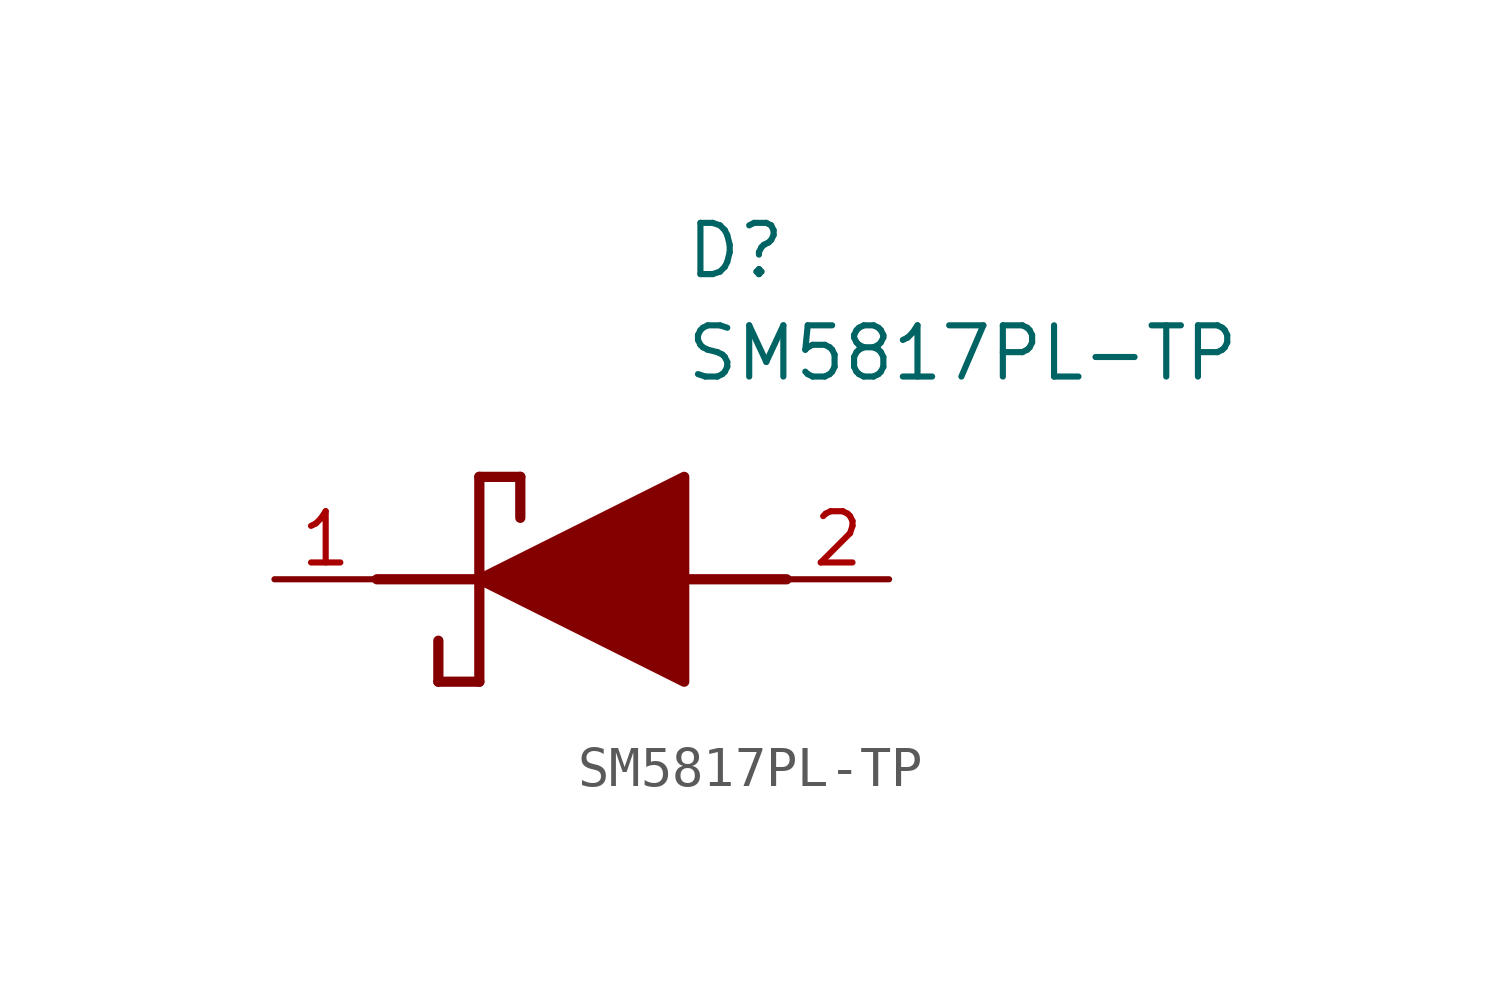
<source format=kicad_sym>
(kicad_symbol_lib
  (version 20231120)
  (generator "kicad_symbol_editor")
  (generator_version "8.0")
  (symbol "SM5817PL-TP"
    (pin_names hide)
    (property "Reference" "D"
      (at 12.7 8.89 0)
      (effects (font (size 1.27 1.27)) (justify left top)))
    (property "Value" "SM5817PL-TP"
      (at 12.7 6.35 0)
      (effects (font (size 1.27 1.27)) (justify left top)))
    (symbol "SM5817PL-TP_1_1"
      (polyline (pts (xy 5.08 0) (xy 7.62 0)) (stroke (width 0.254) (type default)) (fill (type none)))
      (polyline (pts (xy 6.604 -1.524) (xy 6.604 -2.54)) (stroke (width 0.254) (type default)) (fill (type none)))
      (polyline (pts (xy 7.62 -2.54) (xy 6.604 -2.54)) (stroke (width 0.254) (type default)) (fill (type none)))
      (polyline (pts (xy 7.62 2.54) (xy 7.62 -2.54)) (stroke (width 0.254) (type default)) (fill (type none)))
      (polyline (pts (xy 7.62 2.54) (xy 8.636 2.54)) (stroke (width 0.254) (type default)) (fill (type none)))
      (polyline (pts (xy 8.636 1.524) (xy 8.636 2.54)) (stroke (width 0.254) (type default)) (fill (type none)))
      (polyline (pts (xy 12.7 0) (xy 15.24 0)) (stroke (width 0.254) (type default)) (fill (type none)))
      (polyline (pts (xy 7.62 0) (xy 12.7 2.54) (xy 12.7 -2.54) (xy 7.62 0)) (stroke (width 0.254) (type default)) (fill (type outline)))
      (pin passive line (at 2.54 0 0) (length 2.54) (name "K" (effects (font (size 1.27 1.27)))) (number "1" (effects (font (size 1.27 1.27)))))
      (pin passive line (at 17.78 0 180) (length 2.54) (name "A" (effects (font (size 1.27 1.27)))) (number "2" (effects (font (size 1.27 1.27))))))))
</source>
